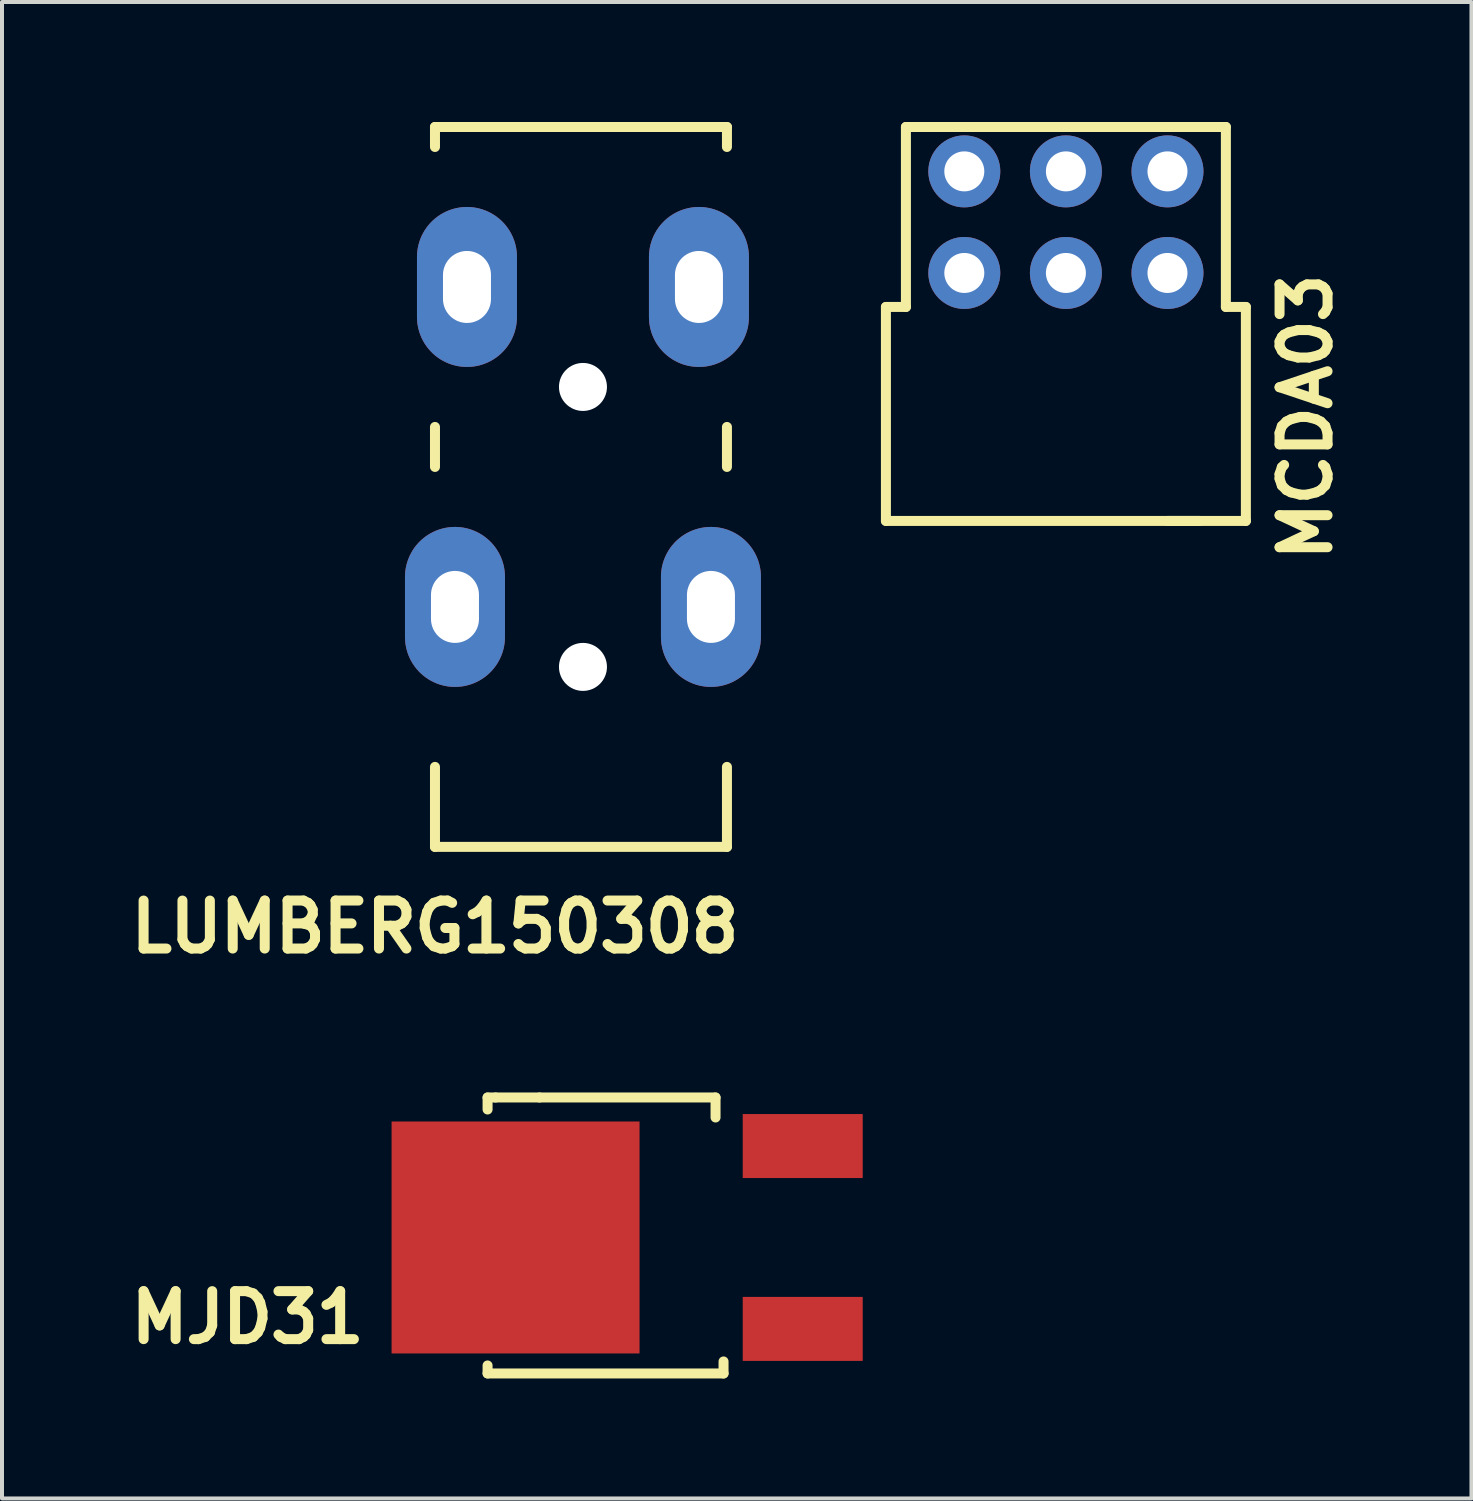
<source format=kicad_pcb>
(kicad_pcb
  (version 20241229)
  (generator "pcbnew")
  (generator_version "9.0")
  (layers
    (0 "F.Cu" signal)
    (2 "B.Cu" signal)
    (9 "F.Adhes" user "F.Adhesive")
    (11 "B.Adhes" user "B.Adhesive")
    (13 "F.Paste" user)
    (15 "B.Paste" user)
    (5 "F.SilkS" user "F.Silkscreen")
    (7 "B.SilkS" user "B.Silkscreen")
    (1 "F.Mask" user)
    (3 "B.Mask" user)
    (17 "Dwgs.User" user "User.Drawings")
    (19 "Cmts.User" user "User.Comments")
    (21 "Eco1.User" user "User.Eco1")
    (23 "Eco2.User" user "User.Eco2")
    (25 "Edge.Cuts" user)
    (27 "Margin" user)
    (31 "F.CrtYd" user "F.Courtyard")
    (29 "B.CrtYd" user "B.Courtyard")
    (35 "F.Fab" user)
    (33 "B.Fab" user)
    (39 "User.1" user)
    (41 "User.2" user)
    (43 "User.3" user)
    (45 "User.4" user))
  (footprint "MJD31"
    (layer "F.Cu")
    (at 9.841 27.891)
    (property "Reference" "MJD31" (at -6.7 2 0) (layer "F.SilkS") (effects (font (size 1.2 1.2) (thickness 0.25))))
    (attr through_hole)
    (fp_line (start -0.7 -3.5) (end -0.7 -3.2) (stroke (width 0.25) (type solid)) (layer "F.SilkS"))
    (fp_line (start -0.7 3.2) (end -0.7 3.4) (stroke (width 0.25) (type solid)) (layer "F.SilkS"))
    (fp_line (start -0.7 3.4) (end 5.2 3.4) (stroke (width 0.25) (type solid)) (layer "F.SilkS"))
    (fp_line (start -0.5 -3.5) (end -0.7 -3.5) (stroke (width 0.25) (type solid)) (layer "F.SilkS"))
    (fp_line (start 0.6 -3.5) (end -0.5 -3.5) (stroke (width 0.25) (type solid)) (layer "F.SilkS"))
    (fp_line (start 5 -3.5) (end 0.6 -3.5) (stroke (width 0.25) (type solid)) (layer "F.SilkS"))
    (fp_line (start 5 -3) (end 5 -3.5) (stroke (width 0.25) (type solid)) (layer "F.SilkS"))
    (fp_line (start 5.2 3.1) (end 5.2 3.4) (stroke (width 0.25) (type solid)) (layer "F.SilkS"))
    (pad "1" smd rect (at 7.18 2.286) (size 3 1.6) (layers "F.Cu" "F.Mask" "F.Paste"))
    (pad "3" smd rect (at 7.18 -2.286) (size 3 1.6) (layers "F.Cu" "F.Mask" "F.Paste"))
    (pad "4" smd rect (at 0 0) (size 6.2 5.8) (layers "F.Cu" "F.Mask" "F.Paste")))
  (footprint "LUMBERG150308"
    (layer "F.Cu")
    (at 8.326 12.125)
    (property "Reference" "LUMBERG150308" (at -0.5 8 0) (layer "F.SilkS") (effects (font (size 1.2 1.2) (thickness 0.25))))
    (attr through_hole)
    (fp_line (start -0.5 -12) (end 6.8 -12) (stroke (width 0.25) (type solid)) (layer "F.SilkS"))
    (fp_line (start -0.5 -11.5) (end -0.5 -12) (stroke (width 0.25) (type solid)) (layer "F.SilkS"))
    (fp_line (start -0.5 -3.5) (end -0.5 -4.5) (stroke (width 0.25) (type solid)) (layer "F.SilkS"))
    (fp_line (start -0.5 4) (end -0.5 6) (stroke (width 0.25) (type solid)) (layer "F.SilkS"))
    (fp_line (start -0.5 6) (end 6.8 6) (stroke (width 0.25) (type solid)) (layer "F.SilkS"))
    (fp_line (start 6.8 -12) (end 6.8 -11.5) (stroke (width 0.25) (type solid)) (layer "F.SilkS"))
    (fp_line (start 6.8 -3.5) (end 6.8 -4.5) (stroke (width 0.25) (type solid)) (layer "F.SilkS"))
    (fp_line (start 6.8 6) (end 6.8 4) (stroke (width 0.25) (type solid)) (layer "F.SilkS"))
    (pad "" np_thru_hole circle (at 3.2 -5.5) (size 1.2 1.2) (drill 1.2) (layers "*.Cu" "*.Mask"))
    (pad "" np_thru_hole circle (at 3.2 1.5) (size 1.2 1.2) (drill 1.2) (layers "*.Cu" "*.Mask"))
    (pad "1" thru_hole oval (at 6.1 -8) (size 2.5 4) (drill oval 1.2 1.8) (layers "*.Cu" "*.Mask"))
    (pad "2" thru_hole oval (at 0 0) (size 2.5 4) (drill oval 1.2 1.8) (layers "*.Cu" "*.Mask"))
    (pad "2" thru_hole oval (at 6.4 0) (size 2.5 4) (drill oval 1.2 1.8) (layers "*.Cu" "*.Mask"))
    (pad "3" thru_hole oval (at 0.3 -8) (size 2.5 4) (drill oval 1.2 1.8) (layers "*.Cu" "*.Mask")))
  (footprint "MCDA03"
    (layer "F.Cu")
    (at 21.061 3.775)
    (property "Reference" "MCDA03" (at 8.54 3.6 90) (layer "F.SilkS") (effects (font (size 1.2 1.2) (thickness 0.25))))
    (attr through_hole)
    (fp_line (start -1.96 0.85) (end -1.96 6.2) (stroke (width 0.25) (type solid)) (layer "F.SilkS"))
    (fp_line (start -1.96 6.2) (end 5.88 6.2) (stroke (width 0.25) (type solid)) (layer "F.SilkS"))
    (fp_line (start -1.46 -3.65) (end -1.46 0.85) (stroke (width 0.25) (type solid)) (layer "F.SilkS"))
    (fp_line (start -1.46 0.85) (end -1.96 0.85) (stroke (width 0.25) (type solid)) (layer "F.SilkS"))
    (fp_line (start 6.54 -3.65) (end -1.46 -3.65) (stroke (width 0.25) (type solid)) (layer "F.SilkS"))
    (fp_line (start 6.54 0.85) (end 6.54 -3.65) (stroke (width 0.25) (type solid)) (layer "F.SilkS"))
    (fp_line (start 7.04 0.85) (end 6.54 0.85) (stroke (width 0.25) (type solid)) (layer "F.SilkS"))
    (fp_line (start 7.04 0.85) (end 7.04 6.2) (stroke (width 0.25) (type solid)) (layer "F.SilkS"))
    (fp_line (start 7.04 6.2) (end 5.08 6.2) (stroke (width 0.25) (type solid)) (layer "F.SilkS"))
    (pad "1" thru_hole circle (at 0 0) (size 1.8 1.8) (drill 1) (layers "*.Cu" "*.Mask"))
    (pad "2" thru_hole circle (at 2.54 0) (size 1.8 1.8) (drill 1) (layers "*.Cu" "*.Mask"))
    (pad "3" thru_hole circle (at 5.08 0) (size 1.8 1.8) (drill 1) (layers "*.Cu" "*.Mask"))
    (pad "4" thru_hole circle (at 5.08 -2.54) (size 1.8 1.8) (drill 1) (layers "*.Cu" "*.Mask"))
    (pad "5" thru_hole circle (at 2.54 -2.54) (size 1.8 1.8) (drill 1) (layers "*.Cu" "*.Mask"))
    (pad "6" thru_hole circle (at 0 -2.54) (size 1.8 1.8) (drill 1) (layers "*.Cu" "*.Mask")))
  (gr_rect
    (start -3 -3)
    (end 33.742 34.416)
    (stroke (width 0.1) (type default))
    (fill no)
    (layer "Edge.Cuts")))
</source>
